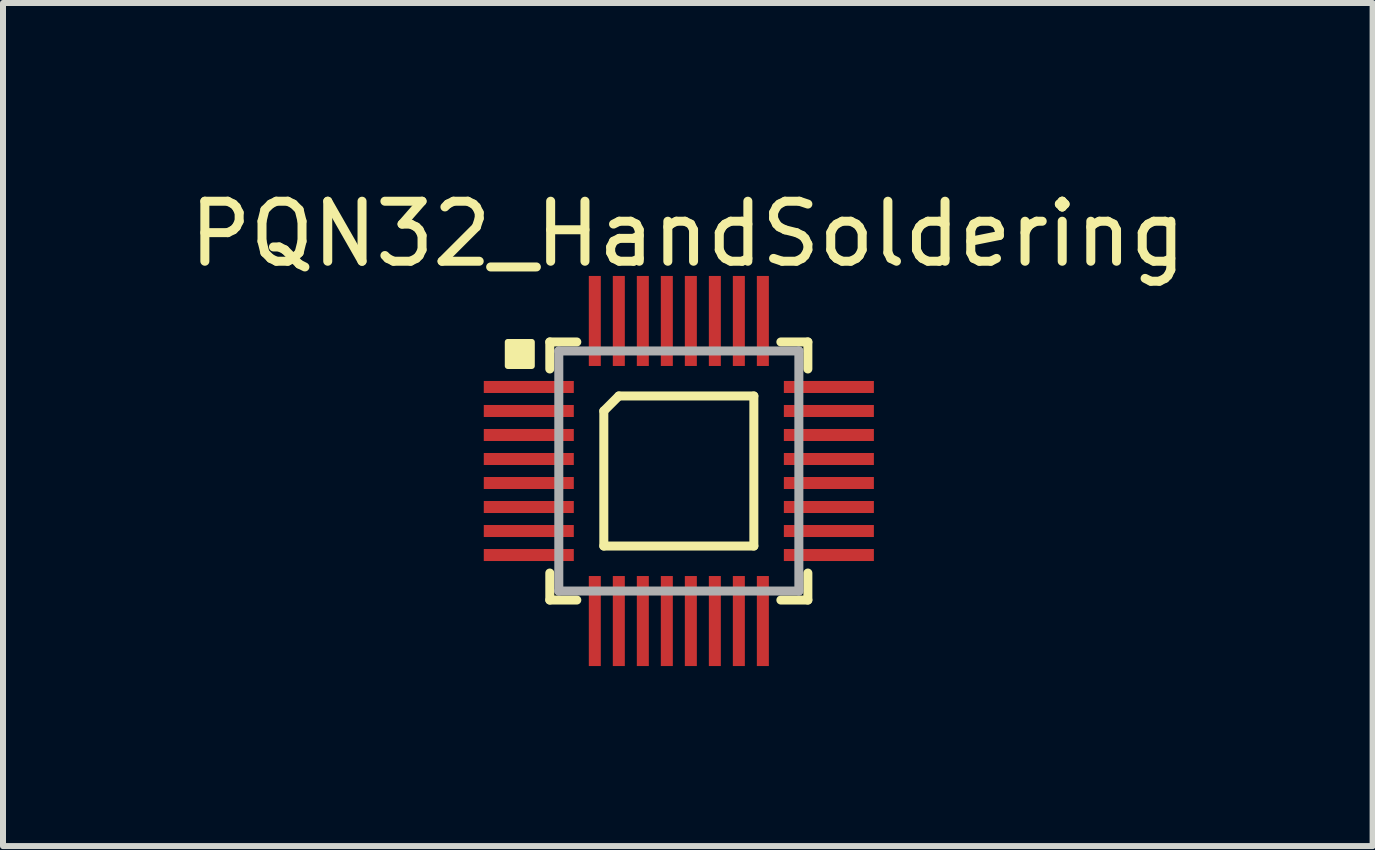
<source format=kicad_pcb>
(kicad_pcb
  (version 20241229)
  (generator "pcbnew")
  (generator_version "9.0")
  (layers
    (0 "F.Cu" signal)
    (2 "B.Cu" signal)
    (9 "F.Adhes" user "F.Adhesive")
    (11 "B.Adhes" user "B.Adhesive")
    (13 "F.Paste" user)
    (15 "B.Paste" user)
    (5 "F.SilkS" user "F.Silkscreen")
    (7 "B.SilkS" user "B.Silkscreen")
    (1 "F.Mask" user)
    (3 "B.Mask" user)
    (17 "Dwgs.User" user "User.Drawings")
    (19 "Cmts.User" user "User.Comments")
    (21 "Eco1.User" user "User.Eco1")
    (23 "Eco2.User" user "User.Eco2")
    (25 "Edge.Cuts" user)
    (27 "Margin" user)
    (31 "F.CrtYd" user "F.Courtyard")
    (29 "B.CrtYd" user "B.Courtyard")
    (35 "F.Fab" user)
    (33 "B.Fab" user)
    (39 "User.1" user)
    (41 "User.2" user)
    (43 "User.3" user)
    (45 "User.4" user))
  (footprint "PQN32_HandSoldering"
    (layer "F.Cu")
    (at 8.261 4.798)
    (property "Reference" "PQN32_HandSoldering" (at 0.15 -3.95 0) (layer "F.SilkS") (effects (font (size 1 1) (thickness 0.15))))
    (attr through_hole)
    (fp_line (start -2.15 -2.15) (end -1.7 -2.15) (stroke (width 0.15) (type solid)) (layer "F.SilkS"))
    (fp_line (start -2.15 -1.7) (end -2.15 -2.15) (stroke (width 0.15) (type solid)) (layer "F.SilkS"))
    (fp_line (start -2.15 2.15) (end -2.15 1.7) (stroke (width 0.15) (type solid)) (layer "F.SilkS"))
    (fp_line (start -1.7 2.15) (end -2.15 2.15) (stroke (width 0.15) (type solid)) (layer "F.SilkS"))
    (fp_line (start -1.25 -1) (end -1 -1.25) (stroke (width 0.15) (type solid)) (layer "F.SilkS"))
    (fp_line (start -1.25 1.25) (end -1.25 -1) (stroke (width 0.15) (type solid)) (layer "F.SilkS"))
    (fp_line (start -1 -1.25) (end 1.25 -1.25) (stroke (width 0.15) (type solid)) (layer "F.SilkS"))
    (fp_line (start 1.25 -1.25) (end 1.25 1.25) (stroke (width 0.15) (type solid)) (layer "F.SilkS"))
    (fp_line (start 1.25 1.25) (end -1.25 1.25) (stroke (width 0.15) (type solid)) (layer "F.SilkS"))
    (fp_line (start 1.7 -2.15) (end 2.15 -2.15) (stroke (width 0.15) (type solid)) (layer "F.SilkS"))
    (fp_line (start 2.15 -2.15) (end 2.15 -1.7) (stroke (width 0.15) (type solid)) (layer "F.SilkS"))
    (fp_line (start 2.15 1.7) (end 2.15 2.15) (stroke (width 0.15) (type solid)) (layer "F.SilkS"))
    (fp_line (start 2.15 2.15) (end 1.7 2.15) (stroke (width 0.15) (type solid)) (layer "F.SilkS"))
    (fp_poly (pts (xy -2.45 -1.75) (xy -2.85 -1.75) (xy -2.85 -2.15) (xy -2.45 -2.15)) (stroke (width 0.1) (type solid)) (fill yes) (layer "F.SilkS"))
    (fp_line (start -2 -2) (end 2 -2) (stroke (width 0.15) (type solid)) (layer "F.Fab"))
    (fp_line (start -2 2) (end -2 -2) (stroke (width 0.15) (type solid)) (layer "F.Fab"))
    (fp_line (start 2 -2) (end 2 2) (stroke (width 0.15) (type solid)) (layer "F.Fab"))
    (fp_line (start 2 2) (end -2 2) (stroke (width 0.15) (type solid)) (layer "F.Fab"))
    (pad "1" smd rect (at -2.5 -1.4) (size 1.5 0.2) (layers "F.Cu" "F.Mask" "F.Paste"))
    (pad "2" smd rect (at -2.5 -1) (size 1.5 0.2) (layers "F.Cu" "F.Mask" "F.Paste"))
    (pad "3" smd rect (at -2.5 -0.6) (size 1.5 0.2) (layers "F.Cu" "F.Mask" "F.Paste"))
    (pad "4" smd rect (at -2.5 -0.2) (size 1.5 0.2) (layers "F.Cu" "F.Mask" "F.Paste"))
    (pad "5" smd rect (at -2.5 0.2) (size 1.5 0.2) (layers "F.Cu" "F.Mask" "F.Paste"))
    (pad "6" smd rect (at -2.5 0.6) (size 1.5 0.2) (layers "F.Cu" "F.Mask" "F.Paste"))
    (pad "7" smd rect (at -2.5 1) (size 1.5 0.2) (layers "F.Cu" "F.Mask" "F.Paste"))
    (pad "8" smd rect (at -2.5 1.4) (size 1.5 0.2) (layers "F.Cu" "F.Mask" "F.Paste"))
    (pad "9" smd rect (at -1.4 2.5 90) (size 1.5 0.2) (layers "F.Cu" "F.Mask" "F.Paste"))
    (pad "10" smd rect (at -1 2.5 90) (size 1.5 0.2) (layers "F.Cu" "F.Mask" "F.Paste"))
    (pad "11" smd rect (at -0.6 2.5 90) (size 1.5 0.2) (layers "F.Cu" "F.Mask" "F.Paste"))
    (pad "12" smd rect (at -0.2 2.5 90) (size 1.5 0.2) (layers "F.Cu" "F.Mask" "F.Paste"))
    (pad "13" smd rect (at 0.2 2.5 90) (size 1.5 0.2) (layers "F.Cu" "F.Mask" "F.Paste"))
    (pad "14" smd rect (at 0.6 2.5 90) (size 1.5 0.2) (layers "F.Cu" "F.Mask" "F.Paste"))
    (pad "15" smd rect (at 1 2.5 90) (size 1.5 0.2) (layers "F.Cu" "F.Mask" "F.Paste"))
    (pad "16" smd rect (at 1.4 2.5 90) (size 1.5 0.2) (layers "F.Cu" "F.Mask" "F.Paste"))
    (pad "17" smd rect (at 2.5 1.4 180) (size 1.5 0.2) (layers "F.Cu" "F.Mask" "F.Paste"))
    (pad "18" smd rect (at 2.5 1 180) (size 1.5 0.2) (layers "F.Cu" "F.Mask" "F.Paste"))
    (pad "19" smd rect (at 2.5 0.6 180) (size 1.5 0.2) (layers "F.Cu" "F.Mask" "F.Paste"))
    (pad "20" smd rect (at 2.5 0.2 180) (size 1.5 0.2) (layers "F.Cu" "F.Mask" "F.Paste"))
    (pad "21" smd rect (at 2.5 -0.2 180) (size 1.5 0.2) (layers "F.Cu" "F.Mask" "F.Paste"))
    (pad "22" smd rect (at 2.5 -0.6 180) (size 1.5 0.2) (layers "F.Cu" "F.Mask" "F.Paste"))
    (pad "23" smd rect (at 2.5 -1 180) (size 1.5 0.2) (layers "F.Cu" "F.Mask" "F.Paste"))
    (pad "24" smd rect (at 2.5 -1.4 180) (size 1.5 0.2) (layers "F.Cu" "F.Mask" "F.Paste"))
    (pad "25" smd rect (at 1.4 -2.5 270) (size 1.5 0.2) (layers "F.Cu" "F.Mask" "F.Paste"))
    (pad "26" smd rect (at 1 -2.5 270) (size 1.5 0.2) (layers "F.Cu" "F.Mask" "F.Paste"))
    (pad "27" smd rect (at 0.6 -2.5 270) (size 1.5 0.2) (layers "F.Cu" "F.Mask" "F.Paste"))
    (pad "28" smd rect (at 0.2 -2.5 270) (size 1.5 0.2) (layers "F.Cu" "F.Mask" "F.Paste"))
    (pad "29" smd rect (at -0.2 -2.5 270) (size 1.5 0.2) (layers "F.Cu" "F.Mask" "F.Paste"))
    (pad "30" smd rect (at -0.6 -2.5 270) (size 1.5 0.2) (layers "F.Cu" "F.Mask" "F.Paste"))
    (pad "31" smd rect (at -1 -2.5 270) (size 1.5 0.2) (layers "F.Cu" "F.Mask" "F.Paste"))
    (pad "32" smd rect (at -1.4 -2.5 270) (size 1.5 0.2) (layers "F.Cu" "F.Mask" "F.Paste")))
  (gr_rect
    (start -3 -3)
    (end 19.821 11.048)
    (stroke (width 0.1) (type default))
    (fill no)
    (layer "Edge.Cuts")))
</source>
